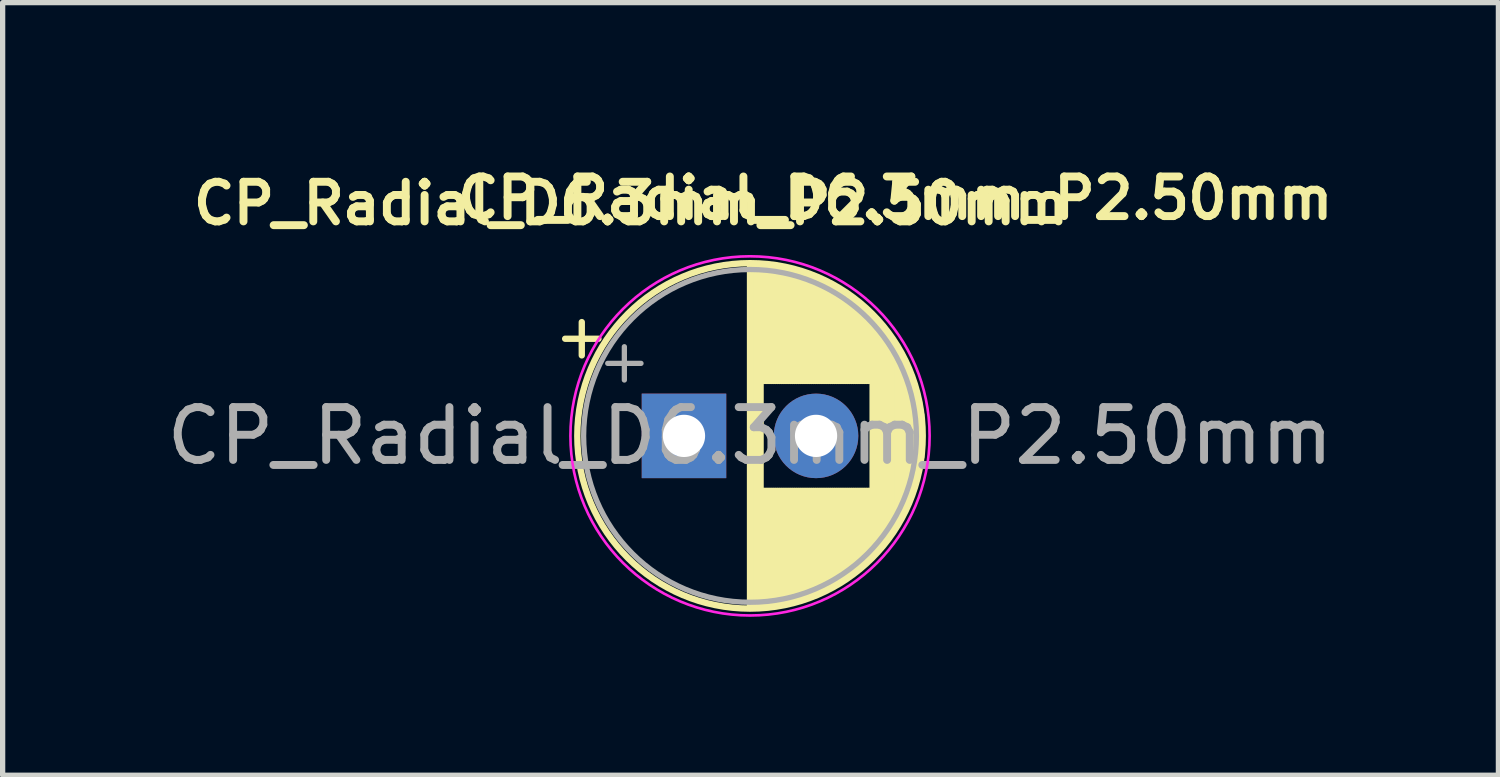
<source format=kicad_pcb>
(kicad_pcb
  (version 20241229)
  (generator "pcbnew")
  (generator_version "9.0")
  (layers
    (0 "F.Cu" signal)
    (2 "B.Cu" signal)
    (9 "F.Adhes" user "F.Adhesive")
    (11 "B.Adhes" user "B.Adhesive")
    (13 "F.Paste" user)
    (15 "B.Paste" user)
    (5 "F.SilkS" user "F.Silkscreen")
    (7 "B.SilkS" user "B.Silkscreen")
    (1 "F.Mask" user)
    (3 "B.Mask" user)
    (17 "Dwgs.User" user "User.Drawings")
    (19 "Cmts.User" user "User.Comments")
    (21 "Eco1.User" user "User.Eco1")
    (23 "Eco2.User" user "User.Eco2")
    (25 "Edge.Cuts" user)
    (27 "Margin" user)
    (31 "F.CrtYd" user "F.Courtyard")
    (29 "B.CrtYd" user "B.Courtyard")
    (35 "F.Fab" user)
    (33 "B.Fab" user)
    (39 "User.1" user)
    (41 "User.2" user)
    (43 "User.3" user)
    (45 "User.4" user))
  (footprint "CP_Radial_D6.3mm_P2.50mm"
    (layer "F.Cu")
    (at 9.899 5.202)
    (property "Reference" "CP_Radial_D6.3mm_P2.50mm" (at -1 -4.4 0) (layer "F.SilkS") (effects (font (size 0.75 0.75) (thickness 0.15))))
    (property "Value" "CP_Radial_D6.3mm_P2.50mm" (at 1.25 4.4 0) (layer "F.Fab") (hide yes) (effects (font (size 1 1) (thickness 0.15))))
    (attr through_hole)
    (fp_line (start -2.25 -1.839) (end -1.62 -1.839) (stroke (width 0.12) (type solid)) (layer "F.SilkS"))
    (fp_line (start -1.935 -2.154) (end -1.935 -1.524) (stroke (width 0.12) (type solid)) (layer "F.SilkS"))
    (fp_line (start 1.25 -3.23) (end 1.25 3.23) (stroke (width 0.12) (type solid)) (layer "F.SilkS"))
    (fp_line (start 1.29 -3.23) (end 1.29 3.23) (stroke (width 0.12) (type solid)) (layer "F.SilkS"))
    (fp_line (start 1.33 -3.23) (end 1.33 3.23) (stroke (width 0.12) (type solid)) (layer "F.SilkS"))
    (fp_line (start 1.37 -3.228) (end 1.37 3.228) (stroke (width 0.12) (type solid)) (layer "F.SilkS"))
    (fp_line (start 1.41 -3.227) (end 1.41 3.227) (stroke (width 0.12) (type solid)) (layer "F.SilkS"))
    (fp_line (start 1.45 -3.224) (end 1.45 3.224) (stroke (width 0.12) (type solid)) (layer "F.SilkS"))
    (fp_line (start 1.49 -3.222) (end 1.49 -1.04) (stroke (width 0.12) (type solid)) (layer "F.SilkS"))
    (fp_line (start 1.49 1.04) (end 1.49 3.222) (stroke (width 0.12) (type solid)) (layer "F.SilkS"))
    (fp_line (start 1.53 -3.218) (end 1.53 -1.04) (stroke (width 0.12) (type solid)) (layer "F.SilkS"))
    (fp_line (start 1.53 1.04) (end 1.53 3.218) (stroke (width 0.12) (type solid)) (layer "F.SilkS"))
    (fp_line (start 1.57 -3.215) (end 1.57 -1.04) (stroke (width 0.12) (type solid)) (layer "F.SilkS"))
    (fp_line (start 1.57 1.04) (end 1.57 3.215) (stroke (width 0.12) (type solid)) (layer "F.SilkS"))
    (fp_line (start 1.61 -3.211) (end 1.61 -1.04) (stroke (width 0.12) (type solid)) (layer "F.SilkS"))
    (fp_line (start 1.61 1.04) (end 1.61 3.211) (stroke (width 0.12) (type solid)) (layer "F.SilkS"))
    (fp_line (start 1.65 -3.206) (end 1.65 -1.04) (stroke (width 0.12) (type solid)) (layer "F.SilkS"))
    (fp_line (start 1.65 1.04) (end 1.65 3.206) (stroke (width 0.12) (type solid)) (layer "F.SilkS"))
    (fp_line (start 1.69 -3.201) (end 1.69 -1.04) (stroke (width 0.12) (type solid)) (layer "F.SilkS"))
    (fp_line (start 1.69 1.04) (end 1.69 3.201) (stroke (width 0.12) (type solid)) (layer "F.SilkS"))
    (fp_line (start 1.73 -3.195) (end 1.73 -1.04) (stroke (width 0.12) (type solid)) (layer "F.SilkS"))
    (fp_line (start 1.73 1.04) (end 1.73 3.195) (stroke (width 0.12) (type solid)) (layer "F.SilkS"))
    (fp_line (start 1.77 -3.189) (end 1.77 -1.04) (stroke (width 0.12) (type solid)) (layer "F.SilkS"))
    (fp_line (start 1.77 1.04) (end 1.77 3.189) (stroke (width 0.12) (type solid)) (layer "F.SilkS"))
    (fp_line (start 1.81 -3.182) (end 1.81 -1.04) (stroke (width 0.12) (type solid)) (layer "F.SilkS"))
    (fp_line (start 1.81 1.04) (end 1.81 3.182) (stroke (width 0.12) (type solid)) (layer "F.SilkS"))
    (fp_line (start 1.85 -3.175) (end 1.85 -1.04) (stroke (width 0.12) (type solid)) (layer "F.SilkS"))
    (fp_line (start 1.85 1.04) (end 1.85 3.175) (stroke (width 0.12) (type solid)) (layer "F.SilkS"))
    (fp_line (start 1.89 -3.167) (end 1.89 -1.04) (stroke (width 0.12) (type solid)) (layer "F.SilkS"))
    (fp_line (start 1.89 1.04) (end 1.89 3.167) (stroke (width 0.12) (type solid)) (layer "F.SilkS"))
    (fp_line (start 1.93 -3.159) (end 1.93 -1.04) (stroke (width 0.12) (type solid)) (layer "F.SilkS"))
    (fp_line (start 1.93 1.04) (end 1.93 3.159) (stroke (width 0.12) (type solid)) (layer "F.SilkS"))
    (fp_line (start 1.971 -3.15) (end 1.971 -1.04) (stroke (width 0.12) (type solid)) (layer "F.SilkS"))
    (fp_line (start 1.971 1.04) (end 1.971 3.15) (stroke (width 0.12) (type solid)) (layer "F.SilkS"))
    (fp_line (start 2.011 -3.141) (end 2.011 -1.04) (stroke (width 0.12) (type solid)) (layer "F.SilkS"))
    (fp_line (start 2.011 1.04) (end 2.011 3.141) (stroke (width 0.12) (type solid)) (layer "F.SilkS"))
    (fp_line (start 2.051 -3.131) (end 2.051 -1.04) (stroke (width 0.12) (type solid)) (layer "F.SilkS"))
    (fp_line (start 2.051 1.04) (end 2.051 3.131) (stroke (width 0.12) (type solid)) (layer "F.SilkS"))
    (fp_line (start 2.091 -3.121) (end 2.091 -1.04) (stroke (width 0.12) (type solid)) (layer "F.SilkS"))
    (fp_line (start 2.091 1.04) (end 2.091 3.121) (stroke (width 0.12) (type solid)) (layer "F.SilkS"))
    (fp_line (start 2.131 -3.11) (end 2.131 -1.04) (stroke (width 0.12) (type solid)) (layer "F.SilkS"))
    (fp_line (start 2.131 1.04) (end 2.131 3.11) (stroke (width 0.12) (type solid)) (layer "F.SilkS"))
    (fp_line (start 2.171 -3.098) (end 2.171 -1.04) (stroke (width 0.12) (type solid)) (layer "F.SilkS"))
    (fp_line (start 2.171 1.04) (end 2.171 3.098) (stroke (width 0.12) (type solid)) (layer "F.SilkS"))
    (fp_line (start 2.211 -3.086) (end 2.211 -1.04) (stroke (width 0.12) (type solid)) (layer "F.SilkS"))
    (fp_line (start 2.211 1.04) (end 2.211 3.086) (stroke (width 0.12) (type solid)) (layer "F.SilkS"))
    (fp_line (start 2.251 -3.074) (end 2.251 -1.04) (stroke (width 0.12) (type solid)) (layer "F.SilkS"))
    (fp_line (start 2.251 1.04) (end 2.251 3.074) (stroke (width 0.12) (type solid)) (layer "F.SilkS"))
    (fp_line (start 2.291 -3.061) (end 2.291 -1.04) (stroke (width 0.12) (type solid)) (layer "F.SilkS"))
    (fp_line (start 2.291 1.04) (end 2.291 3.061) (stroke (width 0.12) (type solid)) (layer "F.SilkS"))
    (fp_line (start 2.331 -3.047) (end 2.331 -1.04) (stroke (width 0.12) (type solid)) (layer "F.SilkS"))
    (fp_line (start 2.331 1.04) (end 2.331 3.047) (stroke (width 0.12) (type solid)) (layer "F.SilkS"))
    (fp_line (start 2.371 -3.033) (end 2.371 -1.04) (stroke (width 0.12) (type solid)) (layer "F.SilkS"))
    (fp_line (start 2.371 1.04) (end 2.371 3.033) (stroke (width 0.12) (type solid)) (layer "F.SilkS"))
    (fp_line (start 2.411 -3.018) (end 2.411 -1.04) (stroke (width 0.12) (type solid)) (layer "F.SilkS"))
    (fp_line (start 2.411 1.04) (end 2.411 3.018) (stroke (width 0.12) (type solid)) (layer "F.SilkS"))
    (fp_line (start 2.451 -3.002) (end 2.451 -1.04) (stroke (width 0.12) (type solid)) (layer "F.SilkS"))
    (fp_line (start 2.451 1.04) (end 2.451 3.002) (stroke (width 0.12) (type solid)) (layer "F.SilkS"))
    (fp_line (start 2.491 -2.986) (end 2.491 -1.04) (stroke (width 0.12) (type solid)) (layer "F.SilkS"))
    (fp_line (start 2.491 1.04) (end 2.491 2.986) (stroke (width 0.12) (type solid)) (layer "F.SilkS"))
    (fp_line (start 2.531 -2.97) (end 2.531 -1.04) (stroke (width 0.12) (type solid)) (layer "F.SilkS"))
    (fp_line (start 2.531 1.04) (end 2.531 2.97) (stroke (width 0.12) (type solid)) (layer "F.SilkS"))
    (fp_line (start 2.571 -2.952) (end 2.571 -1.04) (stroke (width 0.12) (type solid)) (layer "F.SilkS"))
    (fp_line (start 2.571 1.04) (end 2.571 2.952) (stroke (width 0.12) (type solid)) (layer "F.SilkS"))
    (fp_line (start 2.611 -2.934) (end 2.611 -1.04) (stroke (width 0.12) (type solid)) (layer "F.SilkS"))
    (fp_line (start 2.611 1.04) (end 2.611 2.934) (stroke (width 0.12) (type solid)) (layer "F.SilkS"))
    (fp_line (start 2.651 -2.916) (end 2.651 -1.04) (stroke (width 0.12) (type solid)) (layer "F.SilkS"))
    (fp_line (start 2.651 1.04) (end 2.651 2.916) (stroke (width 0.12) (type solid)) (layer "F.SilkS"))
    (fp_line (start 2.691 -2.896) (end 2.691 -1.04) (stroke (width 0.12) (type solid)) (layer "F.SilkS"))
    (fp_line (start 2.691 1.04) (end 2.691 2.896) (stroke (width 0.12) (type solid)) (layer "F.SilkS"))
    (fp_line (start 2.731 -2.876) (end 2.731 -1.04) (stroke (width 0.12) (type solid)) (layer "F.SilkS"))
    (fp_line (start 2.731 1.04) (end 2.731 2.876) (stroke (width 0.12) (type solid)) (layer "F.SilkS"))
    (fp_line (start 2.771 -2.856) (end 2.771 -1.04) (stroke (width 0.12) (type solid)) (layer "F.SilkS"))
    (fp_line (start 2.771 1.04) (end 2.771 2.856) (stroke (width 0.12) (type solid)) (layer "F.SilkS"))
    (fp_line (start 2.811 -2.834) (end 2.811 -1.04) (stroke (width 0.12) (type solid)) (layer "F.SilkS"))
    (fp_line (start 2.811 1.04) (end 2.811 2.834) (stroke (width 0.12) (type solid)) (layer "F.SilkS"))
    (fp_line (start 2.851 -2.812) (end 2.851 -1.04) (stroke (width 0.12) (type solid)) (layer "F.SilkS"))
    (fp_line (start 2.851 1.04) (end 2.851 2.812) (stroke (width 0.12) (type solid)) (layer "F.SilkS"))
    (fp_line (start 2.891 -2.79) (end 2.891 -1.04) (stroke (width 0.12) (type solid)) (layer "F.SilkS"))
    (fp_line (start 2.891 1.04) (end 2.891 2.79) (stroke (width 0.12) (type solid)) (layer "F.SilkS"))
    (fp_line (start 2.931 -2.766) (end 2.931 -1.04) (stroke (width 0.12) (type solid)) (layer "F.SilkS"))
    (fp_line (start 2.931 1.04) (end 2.931 2.766) (stroke (width 0.12) (type solid)) (layer "F.SilkS"))
    (fp_line (start 2.971 -2.742) (end 2.971 -1.04) (stroke (width 0.12) (type solid)) (layer "F.SilkS"))
    (fp_line (start 2.971 1.04) (end 2.971 2.742) (stroke (width 0.12) (type solid)) (layer "F.SilkS"))
    (fp_line (start 3.011 -2.716) (end 3.011 -1.04) (stroke (width 0.12) (type solid)) (layer "F.SilkS"))
    (fp_line (start 3.011 1.04) (end 3.011 2.716) (stroke (width 0.12) (type solid)) (layer "F.SilkS"))
    (fp_line (start 3.051 -2.69) (end 3.051 -1.04) (stroke (width 0.12) (type solid)) (layer "F.SilkS"))
    (fp_line (start 3.051 1.04) (end 3.051 2.69) (stroke (width 0.12) (type solid)) (layer "F.SilkS"))
    (fp_line (start 3.091 -2.664) (end 3.091 -1.04) (stroke (width 0.12) (type solid)) (layer "F.SilkS"))
    (fp_line (start 3.091 1.04) (end 3.091 2.664) (stroke (width 0.12) (type solid)) (layer "F.SilkS"))
    (fp_line (start 3.131 -2.636) (end 3.131 -1.04) (stroke (width 0.12) (type solid)) (layer "F.SilkS"))
    (fp_line (start 3.131 1.04) (end 3.131 2.636) (stroke (width 0.12) (type solid)) (layer "F.SilkS"))
    (fp_line (start 3.171 -2.607) (end 3.171 -1.04) (stroke (width 0.12) (type solid)) (layer "F.SilkS"))
    (fp_line (start 3.171 1.04) (end 3.171 2.607) (stroke (width 0.12) (type solid)) (layer "F.SilkS"))
    (fp_line (start 3.211 -2.578) (end 3.211 -1.04) (stroke (width 0.12) (type solid)) (layer "F.SilkS"))
    (fp_line (start 3.211 1.04) (end 3.211 2.578) (stroke (width 0.12) (type solid)) (layer "F.SilkS"))
    (fp_line (start 3.251 -2.548) (end 3.251 -1.04) (stroke (width 0.12) (type solid)) (layer "F.SilkS"))
    (fp_line (start 3.251 1.04) (end 3.251 2.548) (stroke (width 0.12) (type solid)) (layer "F.SilkS"))
    (fp_line (start 3.291 -2.516) (end 3.291 -1.04) (stroke (width 0.12) (type solid)) (layer "F.SilkS"))
    (fp_line (start 3.291 1.04) (end 3.291 2.516) (stroke (width 0.12) (type solid)) (layer "F.SilkS"))
    (fp_line (start 3.331 -2.484) (end 3.331 -1.04) (stroke (width 0.12) (type solid)) (layer "F.SilkS"))
    (fp_line (start 3.331 1.04) (end 3.331 2.484) (stroke (width 0.12) (type solid)) (layer "F.SilkS"))
    (fp_line (start 3.371 -2.45) (end 3.371 -1.04) (stroke (width 0.12) (type solid)) (layer "F.SilkS"))
    (fp_line (start 3.371 1.04) (end 3.371 2.45) (stroke (width 0.12) (type solid)) (layer "F.SilkS"))
    (fp_line (start 3.411 -2.416) (end 3.411 -1.04) (stroke (width 0.12) (type solid)) (layer "F.SilkS"))
    (fp_line (start 3.411 1.04) (end 3.411 2.416) (stroke (width 0.12) (type solid)) (layer "F.SilkS"))
    (fp_line (start 3.451 -2.38) (end 3.451 -1.04) (stroke (width 0.12) (type solid)) (layer "F.SilkS"))
    (fp_line (start 3.451 1.04) (end 3.451 2.38) (stroke (width 0.12) (type solid)) (layer "F.SilkS"))
    (fp_line (start 3.491 -2.343) (end 3.491 -1.04) (stroke (width 0.12) (type solid)) (layer "F.SilkS"))
    (fp_line (start 3.491 1.04) (end 3.491 2.343) (stroke (width 0.12) (type solid)) (layer "F.SilkS"))
    (fp_line (start 3.531 -2.305) (end 3.531 -1.04) (stroke (width 0.12) (type solid)) (layer "F.SilkS"))
    (fp_line (start 3.531 1.04) (end 3.531 2.305) (stroke (width 0.12) (type solid)) (layer "F.SilkS"))
    (fp_line (start 3.571 -2.265) (end 3.571 2.265) (stroke (width 0.12) (type solid)) (layer "F.SilkS"))
    (fp_line (start 3.611 -2.224) (end 3.611 2.224) (stroke (width 0.12) (type solid)) (layer "F.SilkS"))
    (fp_line (start 3.651 -2.182) (end 3.651 2.182) (stroke (width 0.12) (type solid)) (layer "F.SilkS"))
    (fp_line (start 3.691 -2.137) (end 3.691 2.137) (stroke (width 0.12) (type solid)) (layer "F.SilkS"))
    (fp_line (start 3.731 -2.092) (end 3.731 2.092) (stroke (width 0.12) (type solid)) (layer "F.SilkS"))
    (fp_line (start 3.771 -2.044) (end 3.771 2.044) (stroke (width 0.12) (type solid)) (layer "F.SilkS"))
    (fp_line (start 3.811 -1.995) (end 3.811 1.995) (stroke (width 0.12) (type solid)) (layer "F.SilkS"))
    (fp_line (start 3.851 -1.944) (end 3.851 1.944) (stroke (width 0.12) (type solid)) (layer "F.SilkS"))
    (fp_line (start 3.891 -1.89) (end 3.891 1.89) (stroke (width 0.12) (type solid)) (layer "F.SilkS"))
    (fp_line (start 3.931 -1.834) (end 3.931 1.834) (stroke (width 0.12) (type solid)) (layer "F.SilkS"))
    (fp_line (start 3.971 -1.776) (end 3.971 1.776) (stroke (width 0.12) (type solid)) (layer "F.SilkS"))
    (fp_line (start 4.011 -1.714) (end 4.011 1.714) (stroke (width 0.12) (type solid)) (layer "F.SilkS"))
    (fp_line (start 4.051 -1.65) (end 4.051 1.65) (stroke (width 0.12) (type solid)) (layer "F.SilkS"))
    (fp_line (start 4.091 -1.581) (end 4.091 1.581) (stroke (width 0.12) (type solid)) (layer "F.SilkS"))
    (fp_line (start 4.131 -1.509) (end 4.131 1.509) (stroke (width 0.12) (type solid)) (layer "F.SilkS"))
    (fp_line (start 4.171 -1.432) (end 4.171 1.432) (stroke (width 0.12) (type solid)) (layer "F.SilkS"))
    (fp_line (start 4.211 -1.35) (end 4.211 1.35) (stroke (width 0.12) (type solid)) (layer "F.SilkS"))
    (fp_line (start 4.251 -1.262) (end 4.251 1.262) (stroke (width 0.12) (type solid)) (layer "F.SilkS"))
    (fp_line (start 4.291 -1.165) (end 4.291 1.165) (stroke (width 0.12) (type solid)) (layer "F.SilkS"))
    (fp_line (start 4.331 -1.059) (end 4.331 1.059) (stroke (width 0.12) (type solid)) (layer "F.SilkS"))
    (fp_line (start 4.371 -0.94) (end 4.371 0.94) (stroke (width 0.12) (type solid)) (layer "F.SilkS"))
    (fp_line (start 4.411 -0.802) (end 4.411 0.802) (stroke (width 0.12) (type solid)) (layer "F.SilkS"))
    (fp_line (start 4.451 -0.633) (end 4.451 0.633) (stroke (width 0.12) (type solid)) (layer "F.SilkS"))
    (fp_line (start 4.491 -0.402) (end 4.491 0.402) (stroke (width 0.12) (type solid)) (layer "F.SilkS"))
    (fp_circle (center 1.25 0) (end 4.52 0) (stroke (width 0.12) (type solid)) (fill no) (layer "F.SilkS"))
    (fp_circle (center 1.25 0) (end 4.65 0) (stroke (width 0.05) (type solid)) (fill no) (layer "F.CrtYd"))
    (fp_line (start -1.444 -1.373) (end -0.814 -1.373) (stroke (width 0.1) (type solid)) (layer "F.Fab"))
    (fp_line (start -1.129 -1.688) (end -1.129 -1.058) (stroke (width 0.1) (type solid)) (layer "F.Fab"))
    (fp_circle (center 1.25 0) (end 4.4 0) (stroke (width 0.1) (type solid)) (fill no) (layer "F.Fab"))
    (fp_text user "${VALUE}" (at 4 -4.5 0) (layer "F.SilkS") (effects (font (size 0.75 0.75) (thickness 0.15))))
    (fp_text user "${REFERENCE}" (at 1.25 0 0) (layer "F.Fab") (effects (font (size 1 1) (thickness 0.15))))
    (pad "1" thru_hole rect (at 0 0) (size 1.6 1.6) (drill 0.8) (layers "*.Cu" "*.Mask"))
    (pad "2" thru_hole circle (at 2.5 0) (size 1.6 1.6) (drill 0.8) (layers "*.Cu" "*.Mask")))
  (gr_rect
    (start -3 -3)
    (end 25.317 11.627)
    (stroke (width 0.1) (type default))
    (fill no)
    (layer "Edge.Cuts")))
</source>
